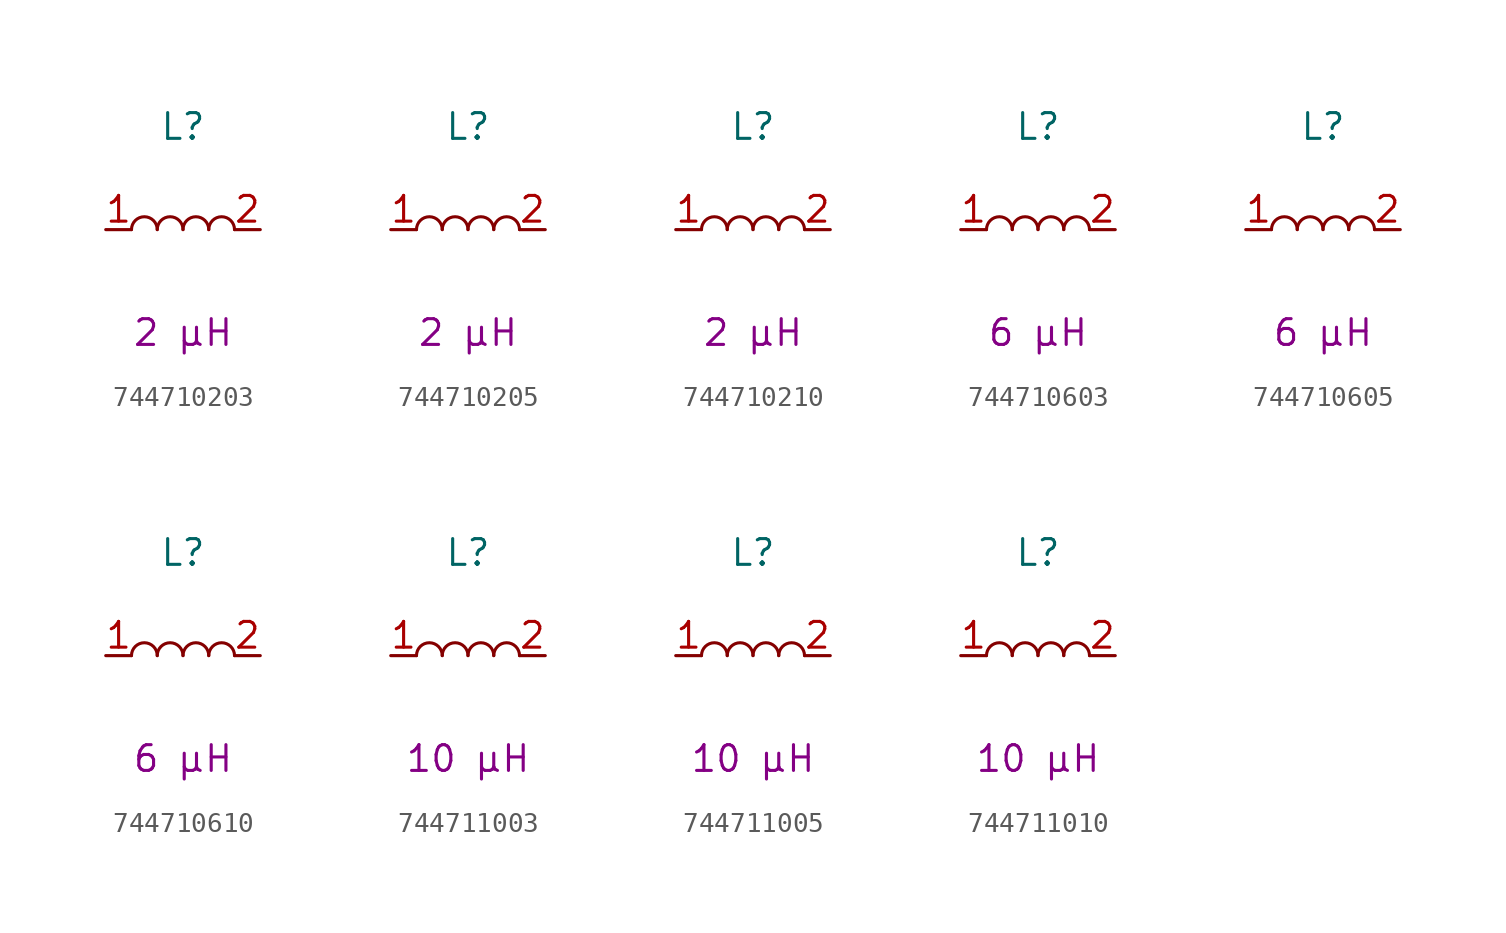
<source format=kicad_sym>
(kicad_symbol_lib
  (version 20220914)
  (generator kicad_symbol_editor)
  (symbol "744710203"
    (pin_names hide)
    (property "Reference" "L"
      (at 0 5.08 0)
      (effects (font (size 1.27 1.27))))
    (property "Critical Parameter" "2 µH"
      (at 0 -5.08 0)
      (effects (font (size 1.27 1.27))))
    (symbol "744710203_0_1"
      (arc (start -1.27 0) (mid -1.905 0.6323) (end -2.54 0) (stroke (width 0) (type default)) (fill (type none)))
      (arc (start 0 0) (mid -0.635 0.6323) (end -1.27 0) (stroke (width 0) (type default)) (fill (type none)))
      (arc (start 1.27 0) (mid 0.635 0.6323) (end 0 0) (stroke (width 0) (type default)) (fill (type none)))
      (arc (start 2.54 0) (mid 1.905 0.6323) (end 1.27 0) (stroke (width 0) (type default)) (fill (type none))))
    (symbol "744710203_1_1"
      (pin passive line (at -3.81 0 0) (length 1.27) (name "1" (effects (font (size 1.27 1.27)))) (number "1" (effects (font (size 1.27 1.27)))))
      (pin passive line (at 3.81 0 180) (length 1.27) (name "2" (effects (font (size 1.27 1.27)))) (number "2" (effects (font (size 1.27 1.27)))))))
  (symbol "744710205"
    (pin_names hide)
    (property "Reference" "L"
      (at 0 5.08 0)
      (effects (font (size 1.27 1.27))))
    (property "Critical Parameter" "2 µH"
      (at 0 -5.08 0)
      (effects (font (size 1.27 1.27))))
    (symbol "744710205_0_1"
      (arc (start -1.27 0) (mid -1.905 0.6323) (end -2.54 0) (stroke (width 0) (type default)) (fill (type none)))
      (arc (start 0 0) (mid -0.635 0.6323) (end -1.27 0) (stroke (width 0) (type default)) (fill (type none)))
      (arc (start 1.27 0) (mid 0.635 0.6323) (end 0 0) (stroke (width 0) (type default)) (fill (type none)))
      (arc (start 2.54 0) (mid 1.905 0.6323) (end 1.27 0) (stroke (width 0) (type default)) (fill (type none))))
    (symbol "744710205_1_1"
      (pin passive line (at -3.81 0 0) (length 1.27) (name "1" (effects (font (size 1.27 1.27)))) (number "1" (effects (font (size 1.27 1.27)))))
      (pin passive line (at 3.81 0 180) (length 1.27) (name "2" (effects (font (size 1.27 1.27)))) (number "2" (effects (font (size 1.27 1.27)))))))
  (symbol "744710210"
    (pin_names hide)
    (property "Reference" "L"
      (at 0 5.08 0)
      (effects (font (size 1.27 1.27))))
    (property "Critical Parameter" "2 µH"
      (at 0 -5.08 0)
      (effects (font (size 1.27 1.27))))
    (symbol "744710210_0_1"
      (arc (start -1.27 0) (mid -1.905 0.6323) (end -2.54 0) (stroke (width 0) (type default)) (fill (type none)))
      (arc (start 0 0) (mid -0.635 0.6323) (end -1.27 0) (stroke (width 0) (type default)) (fill (type none)))
      (arc (start 1.27 0) (mid 0.635 0.6323) (end 0 0) (stroke (width 0) (type default)) (fill (type none)))
      (arc (start 2.54 0) (mid 1.905 0.6323) (end 1.27 0) (stroke (width 0) (type default)) (fill (type none))))
    (symbol "744710210_1_1"
      (pin passive line (at -3.81 0 0) (length 1.27) (name "1" (effects (font (size 1.27 1.27)))) (number "1" (effects (font (size 1.27 1.27)))))
      (pin passive line (at 3.81 0 180) (length 1.27) (name "2" (effects (font (size 1.27 1.27)))) (number "2" (effects (font (size 1.27 1.27)))))))
  (symbol "744710603"
    (pin_names hide)
    (property "Reference" "L"
      (at 0 5.08 0)
      (effects (font (size 1.27 1.27))))
    (property "Critical Parameter" "6 µH"
      (at 0 -5.08 0)
      (effects (font (size 1.27 1.27))))
    (symbol "744710603_0_1"
      (arc (start -1.27 0) (mid -1.905 0.6323) (end -2.54 0) (stroke (width 0) (type default)) (fill (type none)))
      (arc (start 0 0) (mid -0.635 0.6323) (end -1.27 0) (stroke (width 0) (type default)) (fill (type none)))
      (arc (start 1.27 0) (mid 0.635 0.6323) (end 0 0) (stroke (width 0) (type default)) (fill (type none)))
      (arc (start 2.54 0) (mid 1.905 0.6323) (end 1.27 0) (stroke (width 0) (type default)) (fill (type none))))
    (symbol "744710603_1_1"
      (pin passive line (at -3.81 0 0) (length 1.27) (name "1" (effects (font (size 1.27 1.27)))) (number "1" (effects (font (size 1.27 1.27)))))
      (pin passive line (at 3.81 0 180) (length 1.27) (name "2" (effects (font (size 1.27 1.27)))) (number "2" (effects (font (size 1.27 1.27)))))))
  (symbol "744710605"
    (pin_names hide)
    (property "Reference" "L"
      (at 0 5.08 0)
      (effects (font (size 1.27 1.27))))
    (property "Critical Parameter" "6 µH"
      (at 0 -5.08 0)
      (effects (font (size 1.27 1.27))))
    (symbol "744710605_0_1"
      (arc (start -1.27 0) (mid -1.905 0.6323) (end -2.54 0) (stroke (width 0) (type default)) (fill (type none)))
      (arc (start 0 0) (mid -0.635 0.6323) (end -1.27 0) (stroke (width 0) (type default)) (fill (type none)))
      (arc (start 1.27 0) (mid 0.635 0.6323) (end 0 0) (stroke (width 0) (type default)) (fill (type none)))
      (arc (start 2.54 0) (mid 1.905 0.6323) (end 1.27 0) (stroke (width 0) (type default)) (fill (type none))))
    (symbol "744710605_1_1"
      (pin passive line (at -3.81 0 0) (length 1.27) (name "1" (effects (font (size 1.27 1.27)))) (number "1" (effects (font (size 1.27 1.27)))))
      (pin passive line (at 3.81 0 180) (length 1.27) (name "2" (effects (font (size 1.27 1.27)))) (number "2" (effects (font (size 1.27 1.27)))))))
  (symbol "744710610"
    (pin_names hide)
    (property "Reference" "L"
      (at 0 5.08 0)
      (effects (font (size 1.27 1.27))))
    (property "Critical Parameter" "6 µH"
      (at 0 -5.08 0)
      (effects (font (size 1.27 1.27))))
    (symbol "744710610_0_1"
      (arc (start -1.27 0) (mid -1.905 0.6323) (end -2.54 0) (stroke (width 0) (type default)) (fill (type none)))
      (arc (start 0 0) (mid -0.635 0.6323) (end -1.27 0) (stroke (width 0) (type default)) (fill (type none)))
      (arc (start 1.27 0) (mid 0.635 0.6323) (end 0 0) (stroke (width 0) (type default)) (fill (type none)))
      (arc (start 2.54 0) (mid 1.905 0.6323) (end 1.27 0) (stroke (width 0) (type default)) (fill (type none))))
    (symbol "744710610_1_1"
      (pin passive line (at -3.81 0 0) (length 1.27) (name "1" (effects (font (size 1.27 1.27)))) (number "1" (effects (font (size 1.27 1.27)))))
      (pin passive line (at 3.81 0 180) (length 1.27) (name "2" (effects (font (size 1.27 1.27)))) (number "2" (effects (font (size 1.27 1.27)))))))
  (symbol "744711003"
    (pin_names hide)
    (property "Reference" "L"
      (at 0 5.08 0)
      (effects (font (size 1.27 1.27))))
    (property "Critical Parameter" "10 µH"
      (at 0 -5.08 0)
      (effects (font (size 1.27 1.27))))
    (symbol "744711003_0_1"
      (arc (start -1.27 0) (mid -1.905 0.6323) (end -2.54 0) (stroke (width 0) (type default)) (fill (type none)))
      (arc (start 0 0) (mid -0.635 0.6323) (end -1.27 0) (stroke (width 0) (type default)) (fill (type none)))
      (arc (start 1.27 0) (mid 0.635 0.6323) (end 0 0) (stroke (width 0) (type default)) (fill (type none)))
      (arc (start 2.54 0) (mid 1.905 0.6323) (end 1.27 0) (stroke (width 0) (type default)) (fill (type none))))
    (symbol "744711003_1_1"
      (pin passive line (at -3.81 0 0) (length 1.27) (name "1" (effects (font (size 1.27 1.27)))) (number "1" (effects (font (size 1.27 1.27)))))
      (pin passive line (at 3.81 0 180) (length 1.27) (name "2" (effects (font (size 1.27 1.27)))) (number "2" (effects (font (size 1.27 1.27)))))))
  (symbol "744711005"
    (pin_names hide)
    (property "Reference" "L"
      (at 0 5.08 0)
      (effects (font (size 1.27 1.27))))
    (property "Critical Parameter" "10 µH"
      (at 0 -5.08 0)
      (effects (font (size 1.27 1.27))))
    (symbol "744711005_0_1"
      (arc (start -1.27 0) (mid -1.905 0.6323) (end -2.54 0) (stroke (width 0) (type default)) (fill (type none)))
      (arc (start 0 0) (mid -0.635 0.6323) (end -1.27 0) (stroke (width 0) (type default)) (fill (type none)))
      (arc (start 1.27 0) (mid 0.635 0.6323) (end 0 0) (stroke (width 0) (type default)) (fill (type none)))
      (arc (start 2.54 0) (mid 1.905 0.6323) (end 1.27 0) (stroke (width 0) (type default)) (fill (type none))))
    (symbol "744711005_1_1"
      (pin passive line (at -3.81 0 0) (length 1.27) (name "1" (effects (font (size 1.27 1.27)))) (number "1" (effects (font (size 1.27 1.27)))))
      (pin passive line (at 3.81 0 180) (length 1.27) (name "2" (effects (font (size 1.27 1.27)))) (number "2" (effects (font (size 1.27 1.27)))))))
  (symbol "744711010"
    (pin_names hide)
    (property "Reference" "L"
      (at 0 5.08 0)
      (effects (font (size 1.27 1.27))))
    (property "Critical Parameter" "10 µH"
      (at 0 -5.08 0)
      (effects (font (size 1.27 1.27))))
    (symbol "744711010_0_1"
      (arc (start -1.27 0) (mid -1.905 0.6323) (end -2.54 0) (stroke (width 0) (type default)) (fill (type none)))
      (arc (start 0 0) (mid -0.635 0.6323) (end -1.27 0) (stroke (width 0) (type default)) (fill (type none)))
      (arc (start 1.27 0) (mid 0.635 0.6323) (end 0 0) (stroke (width 0) (type default)) (fill (type none)))
      (arc (start 2.54 0) (mid 1.905 0.6323) (end 1.27 0) (stroke (width 0) (type default)) (fill (type none))))
    (symbol "744711010_1_1"
      (pin passive line (at -3.81 0 0) (length 1.27) (name "1" (effects (font (size 1.27 1.27)))) (number "1" (effects (font (size 1.27 1.27)))))
      (pin passive line (at 3.81 0 180) (length 1.27) (name "2" (effects (font (size 1.27 1.27)))) (number "2" (effects (font (size 1.27 1.27))))))))
</source>
